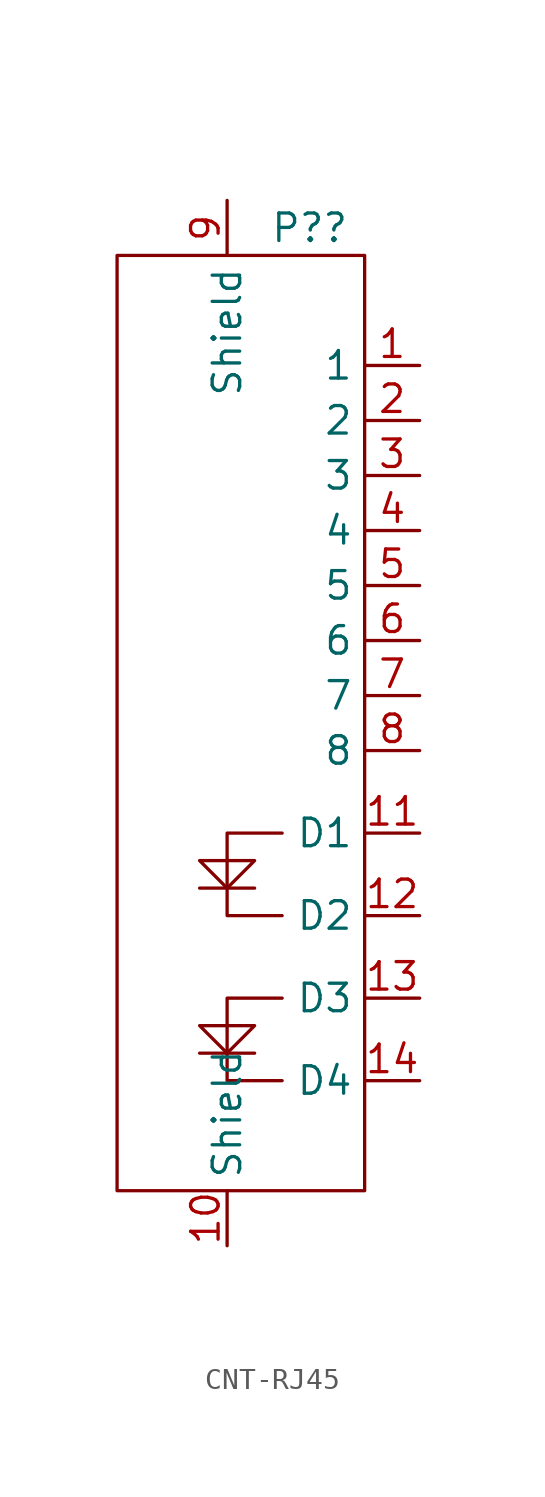
<source format=kicad_sym>
(kicad_symbol_lib
  (version 20220914)
  (generator kicad_symbol_editor)
  (symbol "CNT-RJ45"
    (property "Reference" "P?"
      (at 3.81 21.59 0)
      (effects (font (size 1.27 1.27))))
    (property "Value" ""
      (at -3.81 6.35 0)
      (effects (font (size 1.27 1.27))))
    (symbol "CNT-RJ45_0_1"
      (rectangle (start -5.08 20.32) (end 6.35 -22.86) (stroke (width 0) (type default)) (fill (type none)))
      (polyline (pts (xy -1.27 -16.51) (xy 1.27 -16.51)) (stroke (width 0) (type default)) (fill (type none)))
      (polyline (pts (xy -1.27 -8.89) (xy 1.27 -8.89)) (stroke (width 0) (type default)) (fill (type none)))
      (polyline (pts (xy -1.27 -15.24) (xy 1.27 -15.24) (xy 0 -16.51) (xy -1.27 -15.24)) (stroke (width 0) (type default)) (fill (type none)))
      (polyline (pts (xy -1.27 -7.62) (xy 1.27 -7.62) (xy 0 -8.89) (xy -1.27 -7.62)) (stroke (width 0) (type default)) (fill (type none)))
      (polyline (pts (xy 2.54 -13.97) (xy 0 -13.97) (xy 0 -17.78) (xy 2.54 -17.78)) (stroke (width 0) (type default)) (fill (type none)))
      (polyline (pts (xy 2.54 -6.35) (xy 0 -6.35) (xy 0 -10.16) (xy 2.54 -10.16)) (stroke (width 0) (type default)) (fill (type none))))
    (symbol "CNT-RJ45_1_1"
      (pin passive line (at 8.89 15.24 180) (length 2.54) (name "1" (effects (font (size 1.27 1.27)))) (number "1" (effects (font (size 1.27 1.27)))))
      (pin passive line (at 0 -25.4 90) (length 2.54) (name "Shield" (effects (font (size 1.27 1.27)))) (number "10" (effects (font (size 1.27 1.27)))))
      (pin passive line (at 8.89 -6.35 180) (length 2.54) (name "D1" (effects (font (size 1.27 1.27)))) (number "11" (effects (font (size 1.27 1.27)))))
      (pin passive line (at 8.89 -10.16 180) (length 2.54) (name "D2" (effects (font (size 1.27 1.27)))) (number "12" (effects (font (size 1.27 1.27)))))
      (pin passive line (at 8.89 -13.97 180) (length 2.54) (name "D3" (effects (font (size 1.27 1.27)))) (number "13" (effects (font (size 1.27 1.27)))))
      (pin passive line (at 8.89 -17.78 180) (length 2.54) (name "D4" (effects (font (size 1.27 1.27)))) (number "14" (effects (font (size 1.27 1.27)))))
      (pin passive line (at 8.89 12.7 180) (length 2.54) (name "2" (effects (font (size 1.27 1.27)))) (number "2" (effects (font (size 1.27 1.27)))))
      (pin passive line (at 8.89 10.16 180) (length 2.54) (name "3" (effects (font (size 1.27 1.27)))) (number "3" (effects (font (size 1.27 1.27)))))
      (pin passive line (at 8.89 7.62 180) (length 2.54) (name "4" (effects (font (size 1.27 1.27)))) (number "4" (effects (font (size 1.27 1.27)))))
      (pin passive line (at 8.89 5.08 180) (length 2.54) (name "5" (effects (font (size 1.27 1.27)))) (number "5" (effects (font (size 1.27 1.27)))))
      (pin passive line (at 8.89 2.54 180) (length 2.54) (name "6" (effects (font (size 1.27 1.27)))) (number "6" (effects (font (size 1.27 1.27)))))
      (pin passive line (at 8.89 0 180) (length 2.54) (name "7" (effects (font (size 1.27 1.27)))) (number "7" (effects (font (size 1.27 1.27)))))
      (pin passive line (at 8.89 -2.54 180) (length 2.54) (name "8" (effects (font (size 1.27 1.27)))) (number "8" (effects (font (size 1.27 1.27)))))
      (pin passive line (at 0 22.86 270) (length 2.54) (name "Shield" (effects (font (size 1.27 1.27)))) (number "9" (effects (font (size 1.27 1.27))))))))
</source>
